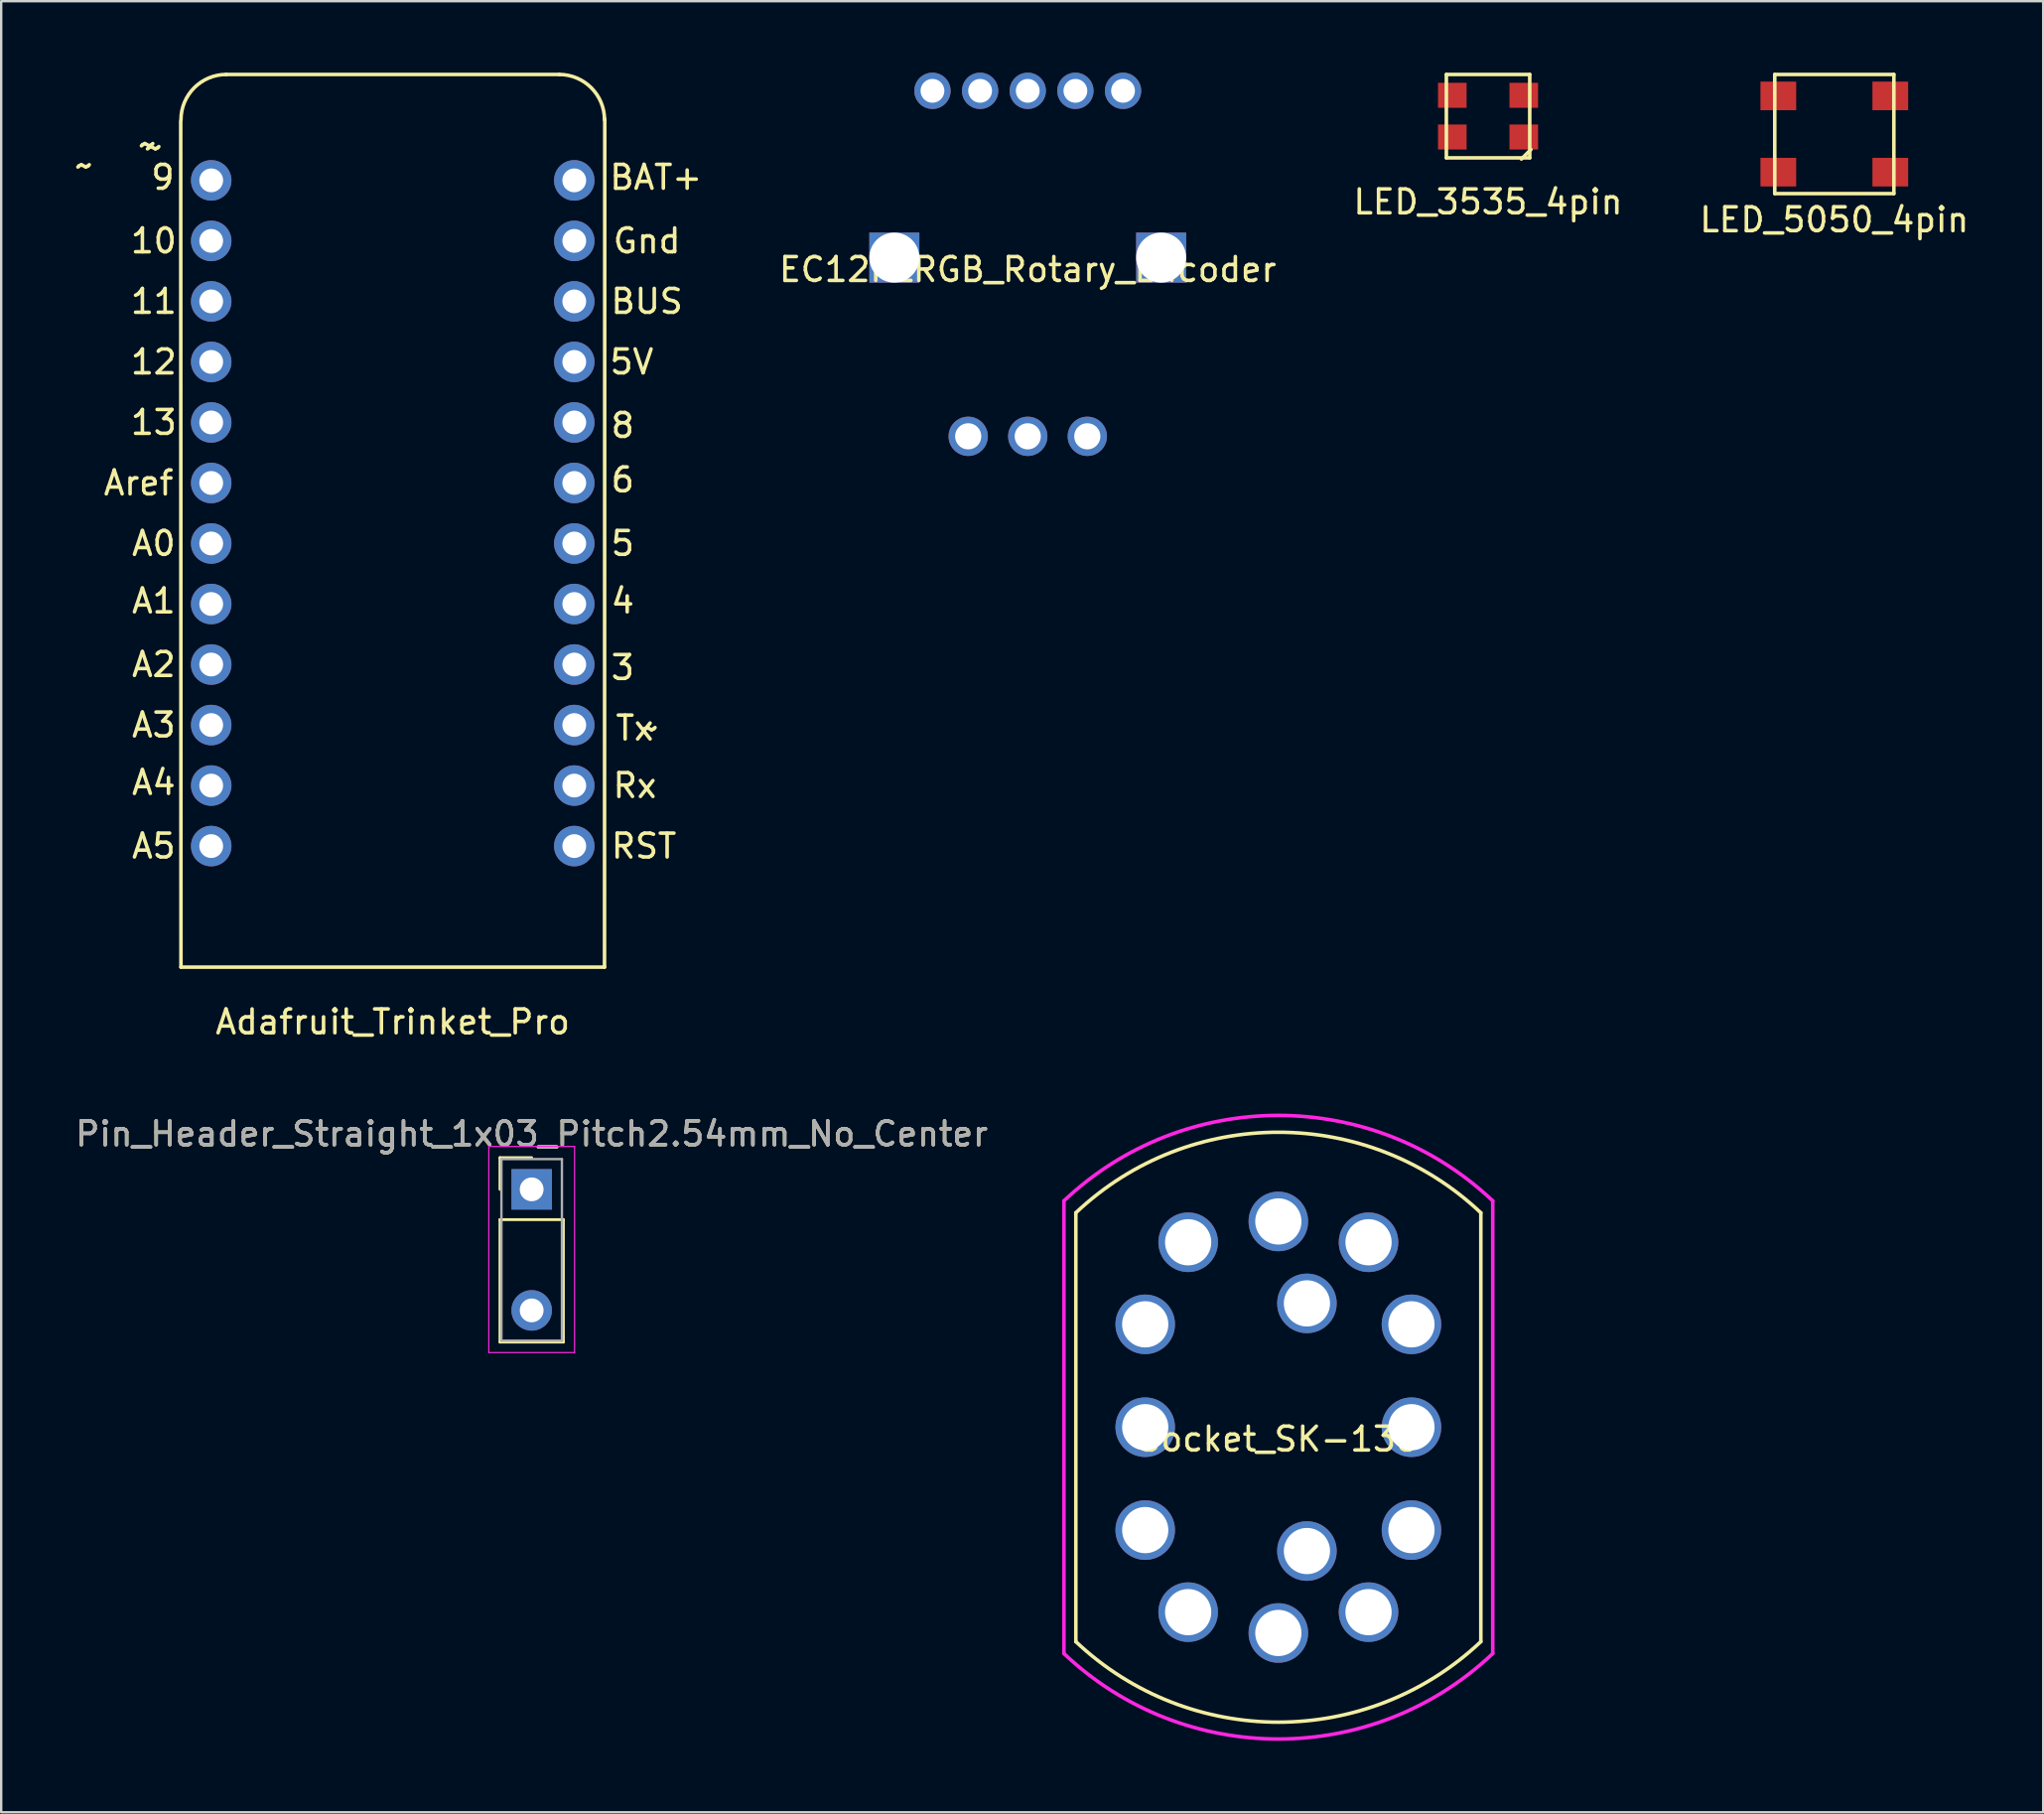
<source format=kicad_pcb>
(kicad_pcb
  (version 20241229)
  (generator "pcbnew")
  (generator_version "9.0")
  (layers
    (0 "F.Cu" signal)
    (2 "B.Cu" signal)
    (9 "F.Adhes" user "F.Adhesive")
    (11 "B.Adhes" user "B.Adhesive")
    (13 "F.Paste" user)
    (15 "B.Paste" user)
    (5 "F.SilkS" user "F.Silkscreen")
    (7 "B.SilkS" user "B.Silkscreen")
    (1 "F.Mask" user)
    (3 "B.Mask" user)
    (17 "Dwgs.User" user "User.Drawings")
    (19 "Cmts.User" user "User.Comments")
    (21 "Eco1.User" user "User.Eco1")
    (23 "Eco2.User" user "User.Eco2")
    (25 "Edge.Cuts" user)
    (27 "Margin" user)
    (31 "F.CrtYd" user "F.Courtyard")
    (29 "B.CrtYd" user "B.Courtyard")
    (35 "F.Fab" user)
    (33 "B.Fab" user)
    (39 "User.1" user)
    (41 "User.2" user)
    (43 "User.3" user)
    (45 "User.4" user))
  (footprint "Pin_Header_Straight_1x03_Pitch2.54mm_No_Center"
    (layer "F.Cu")
    (at 19.268 46.867)
    (property "Reference" "Pin_Header_Straight_1x03_Pitch2.54mm_No_Center" (at 0 -2.33 0) (layer "F.SilkS") (effects (font (size 1 1) (thickness 0.15))))
    (attr through_hole)
    (fp_line (start -1.33 -1.33) (end 0 -1.33) (stroke (width 0.12) (type solid)) (layer "F.SilkS"))
    (fp_line (start -1.33 0) (end -1.33 -1.33) (stroke (width 0.12) (type solid)) (layer "F.SilkS"))
    (fp_line (start -1.33 1.27) (end -1.33 6.41) (stroke (width 0.12) (type solid)) (layer "F.SilkS"))
    (fp_line (start -1.33 6.41) (end 1.33 6.41) (stroke (width 0.12) (type solid)) (layer "F.SilkS"))
    (fp_line (start 1.33 1.27) (end -1.33 1.27) (stroke (width 0.12) (type solid)) (layer "F.SilkS"))
    (fp_line (start 1.33 6.41) (end 1.33 1.27) (stroke (width 0.12) (type solid)) (layer "F.SilkS"))
    (fp_line (start -1.8 -1.8) (end -1.8 6.85) (stroke (width 0.05) (type solid)) (layer "F.CrtYd"))
    (fp_line (start -1.8 6.85) (end 1.8 6.85) (stroke (width 0.05) (type solid)) (layer "F.CrtYd"))
    (fp_line (start 1.8 -1.8) (end -1.8 -1.8) (stroke (width 0.05) (type solid)) (layer "F.CrtYd"))
    (fp_line (start 1.8 6.85) (end 1.8 -1.8) (stroke (width 0.05) (type solid)) (layer "F.CrtYd"))
    (fp_line (start -1.27 -1.27) (end -1.27 6.35) (stroke (width 0.1) (type solid)) (layer "F.Fab"))
    (fp_line (start -1.27 6.35) (end 1.27 6.35) (stroke (width 0.1) (type solid)) (layer "F.Fab"))
    (fp_line (start 1.27 -1.27) (end -1.27 -1.27) (stroke (width 0.1) (type solid)) (layer "F.Fab"))
    (fp_line (start 1.27 6.35) (end 1.27 -1.27) (stroke (width 0.1) (type solid)) (layer "F.Fab"))
    (fp_text user "${REFERENCE}" (at 0 -2.33 0) (layer "F.Fab") (effects (font (size 1 1) (thickness 0.15))))
    (pad "1" thru_hole rect (at 0 0) (size 1.7 1.7) (drill 1) (layers "*.Cu" "*.Mask"))
    (pad "2" thru_hole oval (at 0 5.08) (size 1.7 1.7) (drill 1) (layers "*.Cu" "*.Mask")))
  (footprint "Adafruit_Trinket_Pro"
    (layer "F.Cu")
    (at 13.436 18.49)
    (property "Reference" "Adafruit_Trinket_Pro" (at 0 21.35 0) (layer "F.SilkS") (effects (font (size 1 1) (thickness 0.15))))
    (attr through_hole)
    (fp_line (start -8.9 -16.45) (end -8.89 19.05) (stroke (width 0.15) (type solid)) (layer "F.SilkS"))
    (fp_line (start -8.89 19.05) (end 8.89 19.05) (stroke (width 0.15) (type solid)) (layer "F.SilkS"))
    (fp_line (start 7 -18.415) (end -7 -18.415) (stroke (width 0.15) (type solid)) (layer "F.SilkS"))
    (fp_line (start 8.9 -16.55) (end 8.89 19.05) (stroke (width 0.15) (type solid)) (layer "F.SilkS"))
    (fp_arc (start -8.89 -16.51) (mid -8.332038 -17.857038) (end -6.985 -18.415) (stroke (width 0.15) (type solid)) (layer "F.SilkS"))
    (fp_arc (start 6.985 -18.415) (mid 8.332038 -17.857038) (end 8.89 -16.51) (stroke (width 0.15) (type solid)) (layer "F.SilkS"))
    (fp_text user "A1" (at -10.033 3.683 0) (layer "F.SilkS") (effects (font (size 1 1) (thickness 0.15))))
    (fp_text user "BAT+" (at 11.049 -14.097 0) (layer "F.SilkS") (effects (font (size 1 1) (thickness 0.15))))
    (fp_text user "13" (at -10.033 -3.81 0) (layer "F.SilkS") (effects (font (size 1 1) (thickness 0.15))))
    (fp_text user "3" (at 9.652 6.477 0) (layer "F.SilkS") (effects (font (size 1 1) (thickness 0.15))))
    (fp_text user "12" (at -10.033 -6.35 0) (layer "F.SilkS") (effects (font (size 1 1) (thickness 0.15))))
    (fp_text user "Rx" (at 10.16 11.43 0) (layer "F.SilkS") (effects (font (size 1 1) (thickness 0.15))))
    (fp_text user "~" (at -10.033 -15.367 0) (layer "F.SilkS") (effects (font (size 1 1) (thickness 0.15))))
    (fp_text user "RST" (at 10.541 13.97 0) (layer "F.SilkS") (effects (font (size 1 1) (thickness 0.15))))
    (fp_text user "8" (at 9.652 -3.683 0) (layer "F.SilkS") (effects (font (size 1 1) (thickness 0.15))))
    (fp_text user "~" (at -10.287 -15.494 0) (layer "F.SilkS") (effects (font (size 1 1) (thickness 0.15))))
    (fp_text user "4" (at 9.652 3.683 0) (layer "F.SilkS") (effects (font (size 1 1) (thickness 0.15))))
    (fp_text user "A4" (at -10.033 11.303 0) (layer "F.SilkS") (effects (font (size 1 1) (thickness 0.15))))
    (fp_text user "A2" (at -10.033 6.35 0) (layer "F.SilkS") (effects (font (size 1 1) (thickness 0.15))))
    (fp_text user "A5" (at -10.033 13.97 0) (layer "F.SilkS") (effects (font (size 1 1) (thickness 0.15))))
    (fp_text user "A3" (at -10.033 8.89 0) (layer "F.SilkS") (effects (font (size 1 1) (thickness 0.15))))
    (fp_text user "5" (at 9.652 1.27 0) (layer "F.SilkS") (effects (font (size 1 1) (thickness 0.15))))
    (fp_text user "Gnd" (at 10.668 -11.43 0) (layer "F.SilkS") (effects (font (size 1 1) (thickness 0.15))))
    (fp_text user "9" (at -9.652 -14.097 0) (layer "F.SilkS") (effects (font (size 1 1) (thickness 0.15))))
    (fp_text user "6" (at 9.652 -1.397 0) (layer "F.SilkS") (effects (font (size 1 1) (thickness 0.15))))
    (fp_text user "A0" (at -10.033 1.27 0) (layer "F.SilkS") (effects (font (size 1 1) (thickness 0.15))))
    (fp_text user "BUS" (at 10.668 -8.89 0) (layer "F.SilkS") (effects (font (size 1 1) (thickness 0.15))))
    (fp_text user "~" (at 10.795 9.017 0) (layer "F.SilkS") (effects (font (size 1 1) (thickness 0.15))))
    (fp_text user "Aref" (at -10.668 -1.27 0) (layer "F.SilkS") (effects (font (size 1 1) (thickness 0.15))))
    (fp_text user "Tx" (at 10.16 9.017 0) (layer "F.SilkS") (effects (font (size 1 1) (thickness 0.15))))
    (fp_text user "11" (at -10.033 -8.89 0) (layer "F.SilkS") (effects (font (size 1 1) (thickness 0.15))))
    (fp_text user "~" (at -12.954 -14.605 0) (layer "F.SilkS") (effects (font (size 1 1) (thickness 0.15))))
    (fp_text user "10" (at -10.033 -11.43 0) (layer "F.SilkS") (effects (font (size 1 1) (thickness 0.15))))
    (fp_text user "5V" (at 10.033 -6.35 0) (layer "F.SilkS") (effects (font (size 1 1) (thickness 0.15))))
    (pad "1" thru_hole circle (at -7.62 -13.97) (size 1.7 1.7) (drill 1) (layers "*.Cu" "*.Mask"))
    (pad "2" thru_hole circle (at -7.62 -11.43) (size 1.7 1.7) (drill 1) (layers "*.Cu" "*.Mask"))
    (pad "3" thru_hole circle (at -7.62 -8.89) (size 1.7 1.7) (drill 1) (layers "*.Cu" "*.Mask"))
    (pad "4" thru_hole circle (at -7.62 -6.35) (size 1.7 1.7) (drill 1) (layers "*.Cu" "*.Mask"))
    (pad "5" thru_hole circle (at -7.62 -3.81) (size 1.7 1.7) (drill 1) (layers "*.Cu" "*.Mask"))
    (pad "6" thru_hole circle (at -7.62 -1.27) (size 1.7 1.7) (drill 1) (layers "*.Cu" "*.Mask"))
    (pad "7" thru_hole circle (at -7.62 1.27) (size 1.7 1.7) (drill 1) (layers "*.Cu" "*.Mask"))
    (pad "8" thru_hole circle (at -7.62 3.81) (size 1.7 1.7) (drill 1) (layers "*.Cu" "*.Mask"))
    (pad "9" thru_hole circle (at -7.62 6.35) (size 1.7 1.7) (drill 1) (layers "*.Cu" "*.Mask"))
    (pad "10" thru_hole circle (at -7.62 8.89) (size 1.7 1.7) (drill 1) (layers "*.Cu" "*.Mask"))
    (pad "11" thru_hole circle (at -7.62 11.43) (size 1.7 1.7) (drill 1) (layers "*.Cu" "*.Mask"))
    (pad "12" thru_hole circle (at -7.62 13.97) (size 1.7 1.7) (drill 1) (layers "*.Cu" "*.Mask"))
    (pad "13" thru_hole circle (at 7.62 13.97) (size 1.7 1.7) (drill 1) (layers "*.Cu" "*.Mask"))
    (pad "14" thru_hole circle (at 7.62 11.43) (size 1.7 1.7) (drill 1) (layers "*.Cu" "*.Mask"))
    (pad "15" thru_hole circle (at 7.62 8.89) (size 1.7 1.7) (drill 1) (layers "*.Cu" "*.Mask"))
    (pad "16" thru_hole circle (at 7.62 6.35) (size 1.7 1.7) (drill 1) (layers "*.Cu" "*.Mask"))
    (pad "17" thru_hole circle (at 7.62 3.81) (size 1.7 1.7) (drill 1) (layers "*.Cu" "*.Mask"))
    (pad "18" thru_hole circle (at 7.62 1.27) (size 1.7 1.7) (drill 1) (layers "*.Cu" "*.Mask"))
    (pad "19" thru_hole circle (at 7.62 -1.27) (size 1.7 1.7) (drill 1) (layers "*.Cu" "*.Mask"))
    (pad "20" thru_hole circle (at 7.62 -3.81) (size 1.7 1.7) (drill 1) (layers "*.Cu" "*.Mask"))
    (pad "21" thru_hole circle (at 7.62 -6.35) (size 1.7 1.7) (drill 1) (layers "*.Cu" "*.Mask"))
    (pad "22" thru_hole circle (at 7.62 -8.89) (size 1.7 1.7) (drill 1) (layers "*.Cu" "*.Mask"))
    (pad "23" thru_hole circle (at 7.62 -11.43) (size 1.7 1.7) (drill 1) (layers "*.Cu" "*.Mask"))
    (pad "24" thru_hole circle (at 7.62 -13.97) (size 1.7 1.7) (drill 1) (layers "*.Cu" "*.Mask")))
  (footprint "Socket_SK-136"
    (layer "F.Cu")
    (at 50.611 56.85)
    (property "Reference" "Socket_SK-136" (at 0 0.5 0) (layer "F.SilkS") (effects (font (size 1 1) (thickness 0.15))))
    (attr through_hole)
    (fp_line (start -8.5 9) (end -8.5 -9) (stroke (width 0.15) (type solid)) (layer "F.SilkS"))
    (fp_line (start 8.5 -9) (end 8.5 9) (stroke (width 0.15) (type solid)) (layer "F.SilkS"))
    (fp_arc (start -8.5 -9) (mid 0 -12.379418) (end 8.5 -9) (stroke (width 0.15) (type solid)) (layer "F.SilkS"))
    (fp_arc (start 8.5 9) (mid 0 12.379418) (end -8.5 9) (stroke (width 0.15) (type solid)) (layer "F.SilkS"))
    (fp_line (start -9 -9.5) (end -9 9.5) (stroke (width 0.15) (type solid)) (layer "F.CrtYd"))
    (fp_line (start 9 -9.5) (end 9 9.5) (stroke (width 0.15) (type solid)) (layer "F.CrtYd"))
    (fp_arc (start -9 -9.5) (mid 0 -13.086252) (end 9 -9.5) (stroke (width 0.15) (type solid)) (layer "F.CrtYd"))
    (fp_arc (start 9 9.5) (mid 0 13.086252) (end -9 9.5) (stroke (width 0.15) (type solid)) (layer "F.CrtYd"))
    (pad "1" thru_hole circle (at 3.786 7.762) (size 2.5 2.5) (drill 1.94) (layers "*.Cu" "*.Mask"))
    (pad "2" thru_hole circle (at 5.588 4.318) (size 2.5 2.5) (drill 1.94) (layers "*.Cu" "*.Mask"))
    (pad "3" thru_hole circle (at 5.588 0) (size 2.5 2.5) (drill 1.94) (layers "*.Cu" "*.Mask"))
    (pad "4" thru_hole circle (at 5.588 -4.318) (size 2.5 2.5) (drill 1.94) (layers "*.Cu" "*.Mask"))
    (pad "5" thru_hole circle (at 3.786 -7.762) (size 2.5 2.5) (drill 1.94) (layers "*.Cu" "*.Mask"))
    (pad "6" thru_hole circle (at 0 -8.636) (size 2.5 2.5) (drill 1.94) (layers "*.Cu" "*.Mask"))
    (pad "7" thru_hole circle (at -3.786 -7.762) (size 2.5 2.5) (drill 1.94) (layers "*.Cu" "*.Mask"))
    (pad "8" thru_hole circle (at -5.588 -4.318) (size 2.5 2.5) (drill 1.94) (layers "*.Cu" "*.Mask"))
    (pad "9" thru_hole circle (at -5.588 0) (size 2.5 2.5) (drill 1.94) (layers "*.Cu" "*.Mask"))
    (pad "10" thru_hole circle (at -5.588 4.318) (size 2.5 2.5) (drill 1.94) (layers "*.Cu" "*.Mask"))
    (pad "11" thru_hole circle (at -3.786 7.762) (size 2.5 2.5) (drill 1.94) (layers "*.Cu" "*.Mask"))
    (pad "12" thru_hole circle (at 0 8.636) (size 2.5 2.5) (drill 1.94) (layers "*.Cu" "*.Mask"))
    (pad "13" thru_hole circle (at 1.2 5.197) (size 2.5 2.5) (drill 1.94) (layers "*.Cu" "*.Mask"))
    (pad "14" thru_hole circle (at 1.2 -5.197) (size 2.5 2.5) (drill 1.94) (layers "*.Cu" "*.Mask")))
  (footprint "EC12PLRGB_Rotary_Encoder"
    (layer "F.Cu")
    (at 40.092 7.762)
    (property "Reference" "EC12PLRGB_Rotary_Encoder" (at 0 0.5 0) (layer "F.SilkS") (effects (font (size 1 1) (thickness 0.15))))
    (attr through_hole)
    (pad "" np_thru_hole rect (at -5.6 0) (size 2.1 2.1) (drill 2.1) (layers "*.Cu" "*.Mask"))
    (pad "" np_thru_hole rect (at 5.6 0) (size 2.1 2.1) (drill 2.1) (layers "*.Cu" "*.Mask"))
    (pad "1" thru_hole circle (at -4 -7) (size 1.524 1.524) (drill 1) (layers "*.Cu" "*.Mask"))
    (pad "2" thru_hole circle (at -2 -7) (size 1.524 1.524) (drill 1) (layers "*.Cu" "*.Mask"))
    (pad "3" thru_hole circle (at 0 -7) (size 1.524 1.524) (drill 1) (layers "*.Cu" "*.Mask"))
    (pad "4" thru_hole circle (at 2 -7) (size 1.524 1.524) (drill 1) (layers "*.Cu" "*.Mask"))
    (pad "5" thru_hole circle (at 4 -7) (size 1.524 1.524) (drill 1) (layers "*.Cu" "*.Mask"))
    (pad "A" thru_hole circle (at -2.5 7.5) (size 1.65 1.65) (drill 1.1) (layers "*.Cu" "*.Mask"))
    (pad "B" thru_hole circle (at 2.5 7.5) (size 1.65 1.65) (drill 1.1) (layers "*.Cu" "*.Mask"))
    (pad "C" thru_hole circle (at 0 7.5) (size 1.65 1.65) (drill 1.1) (layers "*.Cu" "*.Mask")))
  (footprint "LED_3535_4pin"
    (layer "F.Cu")
    (at 59.414 1.825)
    (property "Reference" "LED_3535_4pin" (at 0 3.6 0) (layer "F.SilkS") (effects (font (size 1 1) (thickness 0.15))))
    (attr through_hole)
    (fp_line (start -1.75 -1.75) (end 1.75 -1.75) (stroke (width 0.15) (type solid)) (layer "F.SilkS"))
    (fp_line (start -1.75 1.75) (end -1.75 -1.75) (stroke (width 0.15) (type solid)) (layer "F.SilkS"))
    (fp_line (start 1.75 -1.75) (end 1.75 1.75) (stroke (width 0.15) (type solid)) (layer "F.SilkS"))
    (fp_line (start 1.75 1.75) (end -1.75 1.75) (stroke (width 0.15) (type solid)) (layer "F.SilkS"))
    (fp_line (start 1.8 1.4) (end 1.4 1.8) (stroke (width 0.15) (type solid)) (layer "F.SilkS"))
    (pad "1" smd rect (at -1.5 -0.875) (size 1.2 1.05) (layers "F.Cu" "F.Mask" "F.Paste"))
    (pad "2" smd rect (at -1.5 0.875) (size 1.2 1.05) (layers "F.Cu" "F.Mask" "F.Paste"))
    (pad "3" smd rect (at 1.5 0.875) (size 1.2 1.05) (layers "F.Cu" "F.Mask" "F.Paste"))
    (pad "4" smd rect (at 1.5 -0.875) (size 1.2 1.05) (layers "F.Cu" "F.Mask" "F.Paste")))
  (footprint "LED_5050_4pin"
    (layer "F.Cu")
    (at 73.949 2.575)
    (property "Reference" "LED_5050_4pin" (at 0 3.6 0) (layer "F.SilkS") (effects (font (size 1 1) (thickness 0.15))))
    (attr through_hole)
    (fp_line (start -2.5 -2.5) (end 2.5 -2.5) (stroke (width 0.15) (type solid)) (layer "F.SilkS"))
    (fp_line (start -2.5 2.5) (end -2.5 -2.5) (stroke (width 0.15) (type solid)) (layer "F.SilkS"))
    (fp_line (start 2.5 -2.5) (end 2.5 2.5) (stroke (width 0.15) (type solid)) (layer "F.SilkS"))
    (fp_line (start 2.5 2.5) (end -2.5 2.5) (stroke (width 0.15) (type solid)) (layer "F.SilkS"))
    (pad "1" smd rect (at -2.35 -1.6) (size 1.5 1.2) (layers "F.Cu" "F.Mask" "F.Paste"))
    (pad "2" smd rect (at -2.35 1.6) (size 1.5 1.2) (layers "F.Cu" "F.Mask" "F.Paste"))
    (pad "3" smd rect (at 2.35 1.6) (size 1.5 1.2) (layers "F.Cu" "F.Mask" "F.Paste"))
    (pad "4" smd rect (at 2.35 -1.6) (size 1.5 1.2) (layers "F.Cu" "F.Mask" "F.Paste")))
  (gr_rect
    (start -3 -3)
    (end 82.717 73.011)
    (stroke (width 0.1) (type default))
    (fill no)
    (layer "Edge.Cuts")))
</source>
